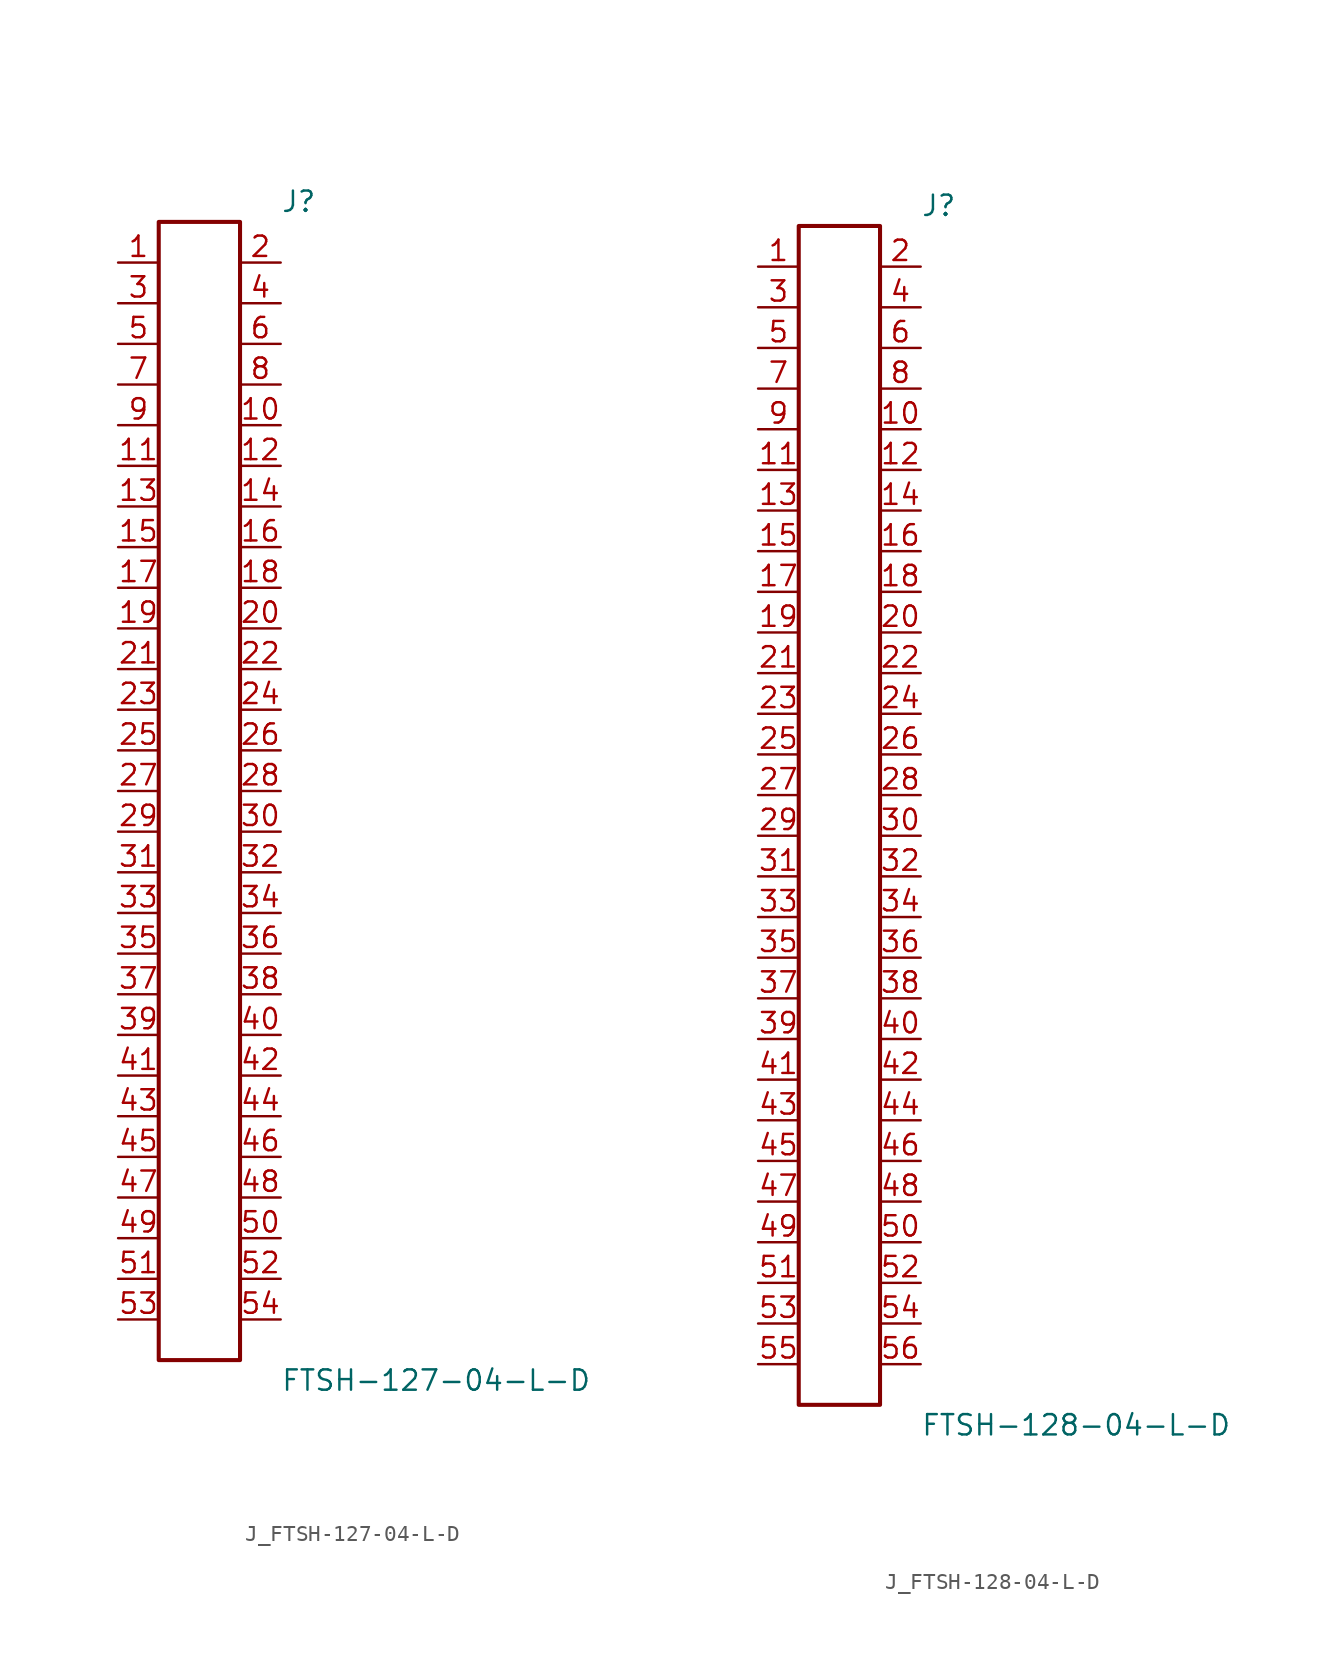
<source format=kicad_sym>
(kicad_symbol_lib
  (version 20231120)
  (generator kicad_symbol_editor)
  (generator_version 8.0)
  (symbol "J_FTSH-127-04-L-D"
    (pin_names
      (offset 0.254))
    (property "Reference" "J"
      (at 5.08 36.83 0)
      (effects (font (size 1.27 1.27)) (justify left)))
    (property "Value" "FTSH-127-04-L-D"
      (at 5.08 -36.83 0)
      (effects (font (size 1.27 1.27)) (justify left)))
    (symbol "J_FTSH-127-04-L-D_0_0"
      (pin passive line (at -5.08 33.02 0) (length 2.54) (name "" (effects (font (size 1.27 1.27)))) (number "1" (effects (font (size 1.27 1.27)))))
      (pin passive line (at 5.08 33.02 180) (length 2.54) (name "" (effects (font (size 1.27 1.27)))) (number "2" (effects (font (size 1.27 1.27)))))
      (pin passive line (at -5.08 30.48 0) (length 2.54) (name "" (effects (font (size 1.27 1.27)))) (number "3" (effects (font (size 1.27 1.27)))))
      (pin passive line (at 5.08 30.48 180) (length 2.54) (name "" (effects (font (size 1.27 1.27)))) (number "4" (effects (font (size 1.27 1.27)))))
      (pin passive line (at -5.08 27.94 0) (length 2.54) (name "" (effects (font (size 1.27 1.27)))) (number "5" (effects (font (size 1.27 1.27)))))
      (pin passive line (at 5.08 27.94 180) (length 2.54) (name "" (effects (font (size 1.27 1.27)))) (number "6" (effects (font (size 1.27 1.27)))))
      (pin passive line (at -5.08 25.4 0) (length 2.54) (name "" (effects (font (size 1.27 1.27)))) (number "7" (effects (font (size 1.27 1.27)))))
      (pin passive line (at 5.08 25.4 180) (length 2.54) (name "" (effects (font (size 1.27 1.27)))) (number "8" (effects (font (size 1.27 1.27)))))
      (pin passive line (at -5.08 22.86 0) (length 2.54) (name "" (effects (font (size 1.27 1.27)))) (number "9" (effects (font (size 1.27 1.27)))))
      (pin passive line (at 5.08 22.86 180) (length 2.54) (name "" (effects (font (size 1.27 1.27)))) (number "10" (effects (font (size 1.27 1.27)))))
      (pin passive line (at -5.08 20.32 0) (length 2.54) (name "" (effects (font (size 1.27 1.27)))) (number "11" (effects (font (size 1.27 1.27)))))
      (pin passive line (at 5.08 20.32 180) (length 2.54) (name "" (effects (font (size 1.27 1.27)))) (number "12" (effects (font (size 1.27 1.27)))))
      (pin passive line (at -5.08 17.78 0) (length 2.54) (name "" (effects (font (size 1.27 1.27)))) (number "13" (effects (font (size 1.27 1.27)))))
      (pin passive line (at 5.08 17.78 180) (length 2.54) (name "" (effects (font (size 1.27 1.27)))) (number "14" (effects (font (size 1.27 1.27)))))
      (pin passive line (at -5.08 15.24 0) (length 2.54) (name "" (effects (font (size 1.27 1.27)))) (number "15" (effects (font (size 1.27 1.27)))))
      (pin passive line (at 5.08 15.24 180) (length 2.54) (name "" (effects (font (size 1.27 1.27)))) (number "16" (effects (font (size 1.27 1.27)))))
      (pin passive line (at -5.08 12.7 0) (length 2.54) (name "" (effects (font (size 1.27 1.27)))) (number "17" (effects (font (size 1.27 1.27)))))
      (pin passive line (at 5.08 12.7 180) (length 2.54) (name "" (effects (font (size 1.27 1.27)))) (number "18" (effects (font (size 1.27 1.27)))))
      (pin passive line (at -5.08 10.16 0) (length 2.54) (name "" (effects (font (size 1.27 1.27)))) (number "19" (effects (font (size 1.27 1.27)))))
      (pin passive line (at 5.08 10.16 180) (length 2.54) (name "" (effects (font (size 1.27 1.27)))) (number "20" (effects (font (size 1.27 1.27)))))
      (pin passive line (at -5.08 7.62 0) (length 2.54) (name "" (effects (font (size 1.27 1.27)))) (number "21" (effects (font (size 1.27 1.27)))))
      (pin passive line (at 5.08 7.62 180) (length 2.54) (name "" (effects (font (size 1.27 1.27)))) (number "22" (effects (font (size 1.27 1.27)))))
      (pin passive line (at -5.08 5.08 0) (length 2.54) (name "" (effects (font (size 1.27 1.27)))) (number "23" (effects (font (size 1.27 1.27)))))
      (pin passive line (at 5.08 5.08 180) (length 2.54) (name "" (effects (font (size 1.27 1.27)))) (number "24" (effects (font (size 1.27 1.27)))))
      (pin passive line (at -5.08 2.54 0) (length 2.54) (name "" (effects (font (size 1.27 1.27)))) (number "25" (effects (font (size 1.27 1.27)))))
      (pin passive line (at 5.08 2.54 180) (length 2.54) (name "" (effects (font (size 1.27 1.27)))) (number "26" (effects (font (size 1.27 1.27)))))
      (pin passive line (at -5.08 0.0 0) (length 2.54) (name "" (effects (font (size 1.27 1.27)))) (number "27" (effects (font (size 1.27 1.27)))))
      (pin passive line (at 5.08 0.0 180) (length 2.54) (name "" (effects (font (size 1.27 1.27)))) (number "28" (effects (font (size 1.27 1.27)))))
      (pin passive line (at -5.08 -2.54 0) (length 2.54) (name "" (effects (font (size 1.27 1.27)))) (number "29" (effects (font (size 1.27 1.27)))))
      (pin passive line (at 5.08 -2.54 180) (length 2.54) (name "" (effects (font (size 1.27 1.27)))) (number "30" (effects (font (size 1.27 1.27)))))
      (pin passive line (at -5.08 -5.08 0) (length 2.54) (name "" (effects (font (size 1.27 1.27)))) (number "31" (effects (font (size 1.27 1.27)))))
      (pin passive line (at 5.08 -5.08 180) (length 2.54) (name "" (effects (font (size 1.27 1.27)))) (number "32" (effects (font (size 1.27 1.27)))))
      (pin passive line (at -5.08 -7.62 0) (length 2.54) (name "" (effects (font (size 1.27 1.27)))) (number "33" (effects (font (size 1.27 1.27)))))
      (pin passive line (at 5.08 -7.62 180) (length 2.54) (name "" (effects (font (size 1.27 1.27)))) (number "34" (effects (font (size 1.27 1.27)))))
      (pin passive line (at -5.08 -10.16 0) (length 2.54) (name "" (effects (font (size 1.27 1.27)))) (number "35" (effects (font (size 1.27 1.27)))))
      (pin passive line (at 5.08 -10.16 180) (length 2.54) (name "" (effects (font (size 1.27 1.27)))) (number "36" (effects (font (size 1.27 1.27)))))
      (pin passive line (at -5.08 -12.7 0) (length 2.54) (name "" (effects (font (size 1.27 1.27)))) (number "37" (effects (font (size 1.27 1.27)))))
      (pin passive line (at 5.08 -12.7 180) (length 2.54) (name "" (effects (font (size 1.27 1.27)))) (number "38" (effects (font (size 1.27 1.27)))))
      (pin passive line (at -5.08 -15.24 0) (length 2.54) (name "" (effects (font (size 1.27 1.27)))) (number "39" (effects (font (size 1.27 1.27)))))
      (pin passive line (at 5.08 -15.24 180) (length 2.54) (name "" (effects (font (size 1.27 1.27)))) (number "40" (effects (font (size 1.27 1.27)))))
      (pin passive line (at -5.08 -17.78 0) (length 2.54) (name "" (effects (font (size 1.27 1.27)))) (number "41" (effects (font (size 1.27 1.27)))))
      (pin passive line (at 5.08 -17.78 180) (length 2.54) (name "" (effects (font (size 1.27 1.27)))) (number "42" (effects (font (size 1.27 1.27)))))
      (pin passive line (at -5.08 -20.32 0) (length 2.54) (name "" (effects (font (size 1.27 1.27)))) (number "43" (effects (font (size 1.27 1.27)))))
      (pin passive line (at 5.08 -20.32 180) (length 2.54) (name "" (effects (font (size 1.27 1.27)))) (number "44" (effects (font (size 1.27 1.27)))))
      (pin passive line (at -5.08 -22.86 0) (length 2.54) (name "" (effects (font (size 1.27 1.27)))) (number "45" (effects (font (size 1.27 1.27)))))
      (pin passive line (at 5.08 -22.86 180) (length 2.54) (name "" (effects (font (size 1.27 1.27)))) (number "46" (effects (font (size 1.27 1.27)))))
      (pin passive line (at -5.08 -25.4 0) (length 2.54) (name "" (effects (font (size 1.27 1.27)))) (number "47" (effects (font (size 1.27 1.27)))))
      (pin passive line (at 5.08 -25.4 180) (length 2.54) (name "" (effects (font (size 1.27 1.27)))) (number "48" (effects (font (size 1.27 1.27)))))
      (pin passive line (at -5.08 -27.94 0) (length 2.54) (name "" (effects (font (size 1.27 1.27)))) (number "49" (effects (font (size 1.27 1.27)))))
      (pin passive line (at 5.08 -27.94 180) (length 2.54) (name "" (effects (font (size 1.27 1.27)))) (number "50" (effects (font (size 1.27 1.27)))))
      (pin passive line (at -5.08 -30.48 0) (length 2.54) (name "" (effects (font (size 1.27 1.27)))) (number "51" (effects (font (size 1.27 1.27)))))
      (pin passive line (at 5.08 -30.48 180) (length 2.54) (name "" (effects (font (size 1.27 1.27)))) (number "52" (effects (font (size 1.27 1.27)))))
      (pin passive line (at -5.08 -33.02 0) (length 2.54) (name "" (effects (font (size 1.27 1.27)))) (number "53" (effects (font (size 1.27 1.27)))))
      (pin passive line (at 5.08 -33.02 180) (length 2.54) (name "" (effects (font (size 1.27 1.27)))) (number "54" (effects (font (size 1.27 1.27))))))
    (symbol "J_FTSH-127-04-L-D_1_0"
      (rectangle (start -2.54 35.56) (end 2.54 -35.56) (stroke (width 0.254) (type solid)) (fill (type none)))))
  (symbol "J_FTSH-128-04-L-D"
    (pin_names
      (offset 0.254))
    (property "Reference" "J"
      (at 5.08 38.1 0)
      (effects (font (size 1.27 1.27)) (justify left)))
    (property "Value" "FTSH-128-04-L-D"
      (at 5.08 -38.1 0)
      (effects (font (size 1.27 1.27)) (justify left)))
    (symbol "J_FTSH-128-04-L-D_0_0"
      (pin passive line (at -5.08 34.29 0) (length 2.54) (name "" (effects (font (size 1.27 1.27)))) (number "1" (effects (font (size 1.27 1.27)))))
      (pin passive line (at 5.08 34.29 180) (length 2.54) (name "" (effects (font (size 1.27 1.27)))) (number "2" (effects (font (size 1.27 1.27)))))
      (pin passive line (at -5.08 31.75 0) (length 2.54) (name "" (effects (font (size 1.27 1.27)))) (number "3" (effects (font (size 1.27 1.27)))))
      (pin passive line (at 5.08 31.75 180) (length 2.54) (name "" (effects (font (size 1.27 1.27)))) (number "4" (effects (font (size 1.27 1.27)))))
      (pin passive line (at -5.08 29.21 0) (length 2.54) (name "" (effects (font (size 1.27 1.27)))) (number "5" (effects (font (size 1.27 1.27)))))
      (pin passive line (at 5.08 29.21 180) (length 2.54) (name "" (effects (font (size 1.27 1.27)))) (number "6" (effects (font (size 1.27 1.27)))))
      (pin passive line (at -5.08 26.67 0) (length 2.54) (name "" (effects (font (size 1.27 1.27)))) (number "7" (effects (font (size 1.27 1.27)))))
      (pin passive line (at 5.08 26.67 180) (length 2.54) (name "" (effects (font (size 1.27 1.27)))) (number "8" (effects (font (size 1.27 1.27)))))
      (pin passive line (at -5.08 24.13 0) (length 2.54) (name "" (effects (font (size 1.27 1.27)))) (number "9" (effects (font (size 1.27 1.27)))))
      (pin passive line (at 5.08 24.13 180) (length 2.54) (name "" (effects (font (size 1.27 1.27)))) (number "10" (effects (font (size 1.27 1.27)))))
      (pin passive line (at -5.08 21.59 0) (length 2.54) (name "" (effects (font (size 1.27 1.27)))) (number "11" (effects (font (size 1.27 1.27)))))
      (pin passive line (at 5.08 21.59 180) (length 2.54) (name "" (effects (font (size 1.27 1.27)))) (number "12" (effects (font (size 1.27 1.27)))))
      (pin passive line (at -5.08 19.05 0) (length 2.54) (name "" (effects (font (size 1.27 1.27)))) (number "13" (effects (font (size 1.27 1.27)))))
      (pin passive line (at 5.08 19.05 180) (length 2.54) (name "" (effects (font (size 1.27 1.27)))) (number "14" (effects (font (size 1.27 1.27)))))
      (pin passive line (at -5.08 16.51 0) (length 2.54) (name "" (effects (font (size 1.27 1.27)))) (number "15" (effects (font (size 1.27 1.27)))))
      (pin passive line (at 5.08 16.51 180) (length 2.54) (name "" (effects (font (size 1.27 1.27)))) (number "16" (effects (font (size 1.27 1.27)))))
      (pin passive line (at -5.08 13.97 0) (length 2.54) (name "" (effects (font (size 1.27 1.27)))) (number "17" (effects (font (size 1.27 1.27)))))
      (pin passive line (at 5.08 13.97 180) (length 2.54) (name "" (effects (font (size 1.27 1.27)))) (number "18" (effects (font (size 1.27 1.27)))))
      (pin passive line (at -5.08 11.43 0) (length 2.54) (name "" (effects (font (size 1.27 1.27)))) (number "19" (effects (font (size 1.27 1.27)))))
      (pin passive line (at 5.08 11.43 180) (length 2.54) (name "" (effects (font (size 1.27 1.27)))) (number "20" (effects (font (size 1.27 1.27)))))
      (pin passive line (at -5.08 8.89 0) (length 2.54) (name "" (effects (font (size 1.27 1.27)))) (number "21" (effects (font (size 1.27 1.27)))))
      (pin passive line (at 5.08 8.89 180) (length 2.54) (name "" (effects (font (size 1.27 1.27)))) (number "22" (effects (font (size 1.27 1.27)))))
      (pin passive line (at -5.08 6.35 0) (length 2.54) (name "" (effects (font (size 1.27 1.27)))) (number "23" (effects (font (size 1.27 1.27)))))
      (pin passive line (at 5.08 6.35 180) (length 2.54) (name "" (effects (font (size 1.27 1.27)))) (number "24" (effects (font (size 1.27 1.27)))))
      (pin passive line (at -5.08 3.81 0) (length 2.54) (name "" (effects (font (size 1.27 1.27)))) (number "25" (effects (font (size 1.27 1.27)))))
      (pin passive line (at 5.08 3.81 180) (length 2.54) (name "" (effects (font (size 1.27 1.27)))) (number "26" (effects (font (size 1.27 1.27)))))
      (pin passive line (at -5.08 1.27 0) (length 2.54) (name "" (effects (font (size 1.27 1.27)))) (number "27" (effects (font (size 1.27 1.27)))))
      (pin passive line (at 5.08 1.27 180) (length 2.54) (name "" (effects (font (size 1.27 1.27)))) (number "28" (effects (font (size 1.27 1.27)))))
      (pin passive line (at -5.08 -1.27 0) (length 2.54) (name "" (effects (font (size 1.27 1.27)))) (number "29" (effects (font (size 1.27 1.27)))))
      (pin passive line (at 5.08 -1.27 180) (length 2.54) (name "" (effects (font (size 1.27 1.27)))) (number "30" (effects (font (size 1.27 1.27)))))
      (pin passive line (at -5.08 -3.81 0) (length 2.54) (name "" (effects (font (size 1.27 1.27)))) (number "31" (effects (font (size 1.27 1.27)))))
      (pin passive line (at 5.08 -3.81 180) (length 2.54) (name "" (effects (font (size 1.27 1.27)))) (number "32" (effects (font (size 1.27 1.27)))))
      (pin passive line (at -5.08 -6.35 0) (length 2.54) (name "" (effects (font (size 1.27 1.27)))) (number "33" (effects (font (size 1.27 1.27)))))
      (pin passive line (at 5.08 -6.35 180) (length 2.54) (name "" (effects (font (size 1.27 1.27)))) (number "34" (effects (font (size 1.27 1.27)))))
      (pin passive line (at -5.08 -8.89 0) (length 2.54) (name "" (effects (font (size 1.27 1.27)))) (number "35" (effects (font (size 1.27 1.27)))))
      (pin passive line (at 5.08 -8.89 180) (length 2.54) (name "" (effects (font (size 1.27 1.27)))) (number "36" (effects (font (size 1.27 1.27)))))
      (pin passive line (at -5.08 -11.43 0) (length 2.54) (name "" (effects (font (size 1.27 1.27)))) (number "37" (effects (font (size 1.27 1.27)))))
      (pin passive line (at 5.08 -11.43 180) (length 2.54) (name "" (effects (font (size 1.27 1.27)))) (number "38" (effects (font (size 1.27 1.27)))))
      (pin passive line (at -5.08 -13.97 0) (length 2.54) (name "" (effects (font (size 1.27 1.27)))) (number "39" (effects (font (size 1.27 1.27)))))
      (pin passive line (at 5.08 -13.97 180) (length 2.54) (name "" (effects (font (size 1.27 1.27)))) (number "40" (effects (font (size 1.27 1.27)))))
      (pin passive line (at -5.08 -16.51 0) (length 2.54) (name "" (effects (font (size 1.27 1.27)))) (number "41" (effects (font (size 1.27 1.27)))))
      (pin passive line (at 5.08 -16.51 180) (length 2.54) (name "" (effects (font (size 1.27 1.27)))) (number "42" (effects (font (size 1.27 1.27)))))
      (pin passive line (at -5.08 -19.05 0) (length 2.54) (name "" (effects (font (size 1.27 1.27)))) (number "43" (effects (font (size 1.27 1.27)))))
      (pin passive line (at 5.08 -19.05 180) (length 2.54) (name "" (effects (font (size 1.27 1.27)))) (number "44" (effects (font (size 1.27 1.27)))))
      (pin passive line (at -5.08 -21.59 0) (length 2.54) (name "" (effects (font (size 1.27 1.27)))) (number "45" (effects (font (size 1.27 1.27)))))
      (pin passive line (at 5.08 -21.59 180) (length 2.54) (name "" (effects (font (size 1.27 1.27)))) (number "46" (effects (font (size 1.27 1.27)))))
      (pin passive line (at -5.08 -24.13 0) (length 2.54) (name "" (effects (font (size 1.27 1.27)))) (number "47" (effects (font (size 1.27 1.27)))))
      (pin passive line (at 5.08 -24.13 180) (length 2.54) (name "" (effects (font (size 1.27 1.27)))) (number "48" (effects (font (size 1.27 1.27)))))
      (pin passive line (at -5.08 -26.67 0) (length 2.54) (name "" (effects (font (size 1.27 1.27)))) (number "49" (effects (font (size 1.27 1.27)))))
      (pin passive line (at 5.08 -26.67 180) (length 2.54) (name "" (effects (font (size 1.27 1.27)))) (number "50" (effects (font (size 1.27 1.27)))))
      (pin passive line (at -5.08 -29.21 0) (length 2.54) (name "" (effects (font (size 1.27 1.27)))) (number "51" (effects (font (size 1.27 1.27)))))
      (pin passive line (at 5.08 -29.21 180) (length 2.54) (name "" (effects (font (size 1.27 1.27)))) (number "52" (effects (font (size 1.27 1.27)))))
      (pin passive line (at -5.08 -31.75 0) (length 2.54) (name "" (effects (font (size 1.27 1.27)))) (number "53" (effects (font (size 1.27 1.27)))))
      (pin passive line (at 5.08 -31.75 180) (length 2.54) (name "" (effects (font (size 1.27 1.27)))) (number "54" (effects (font (size 1.27 1.27)))))
      (pin passive line (at -5.08 -34.29 0) (length 2.54) (name "" (effects (font (size 1.27 1.27)))) (number "55" (effects (font (size 1.27 1.27)))))
      (pin passive line (at 5.08 -34.29 180) (length 2.54) (name "" (effects (font (size 1.27 1.27)))) (number "56" (effects (font (size 1.27 1.27))))))
    (symbol "J_FTSH-128-04-L-D_1_0"
      (rectangle (start -2.54 36.83) (end 2.54 -36.83) (stroke (width 0.254) (type solid)) (fill (type none))))))
</source>
